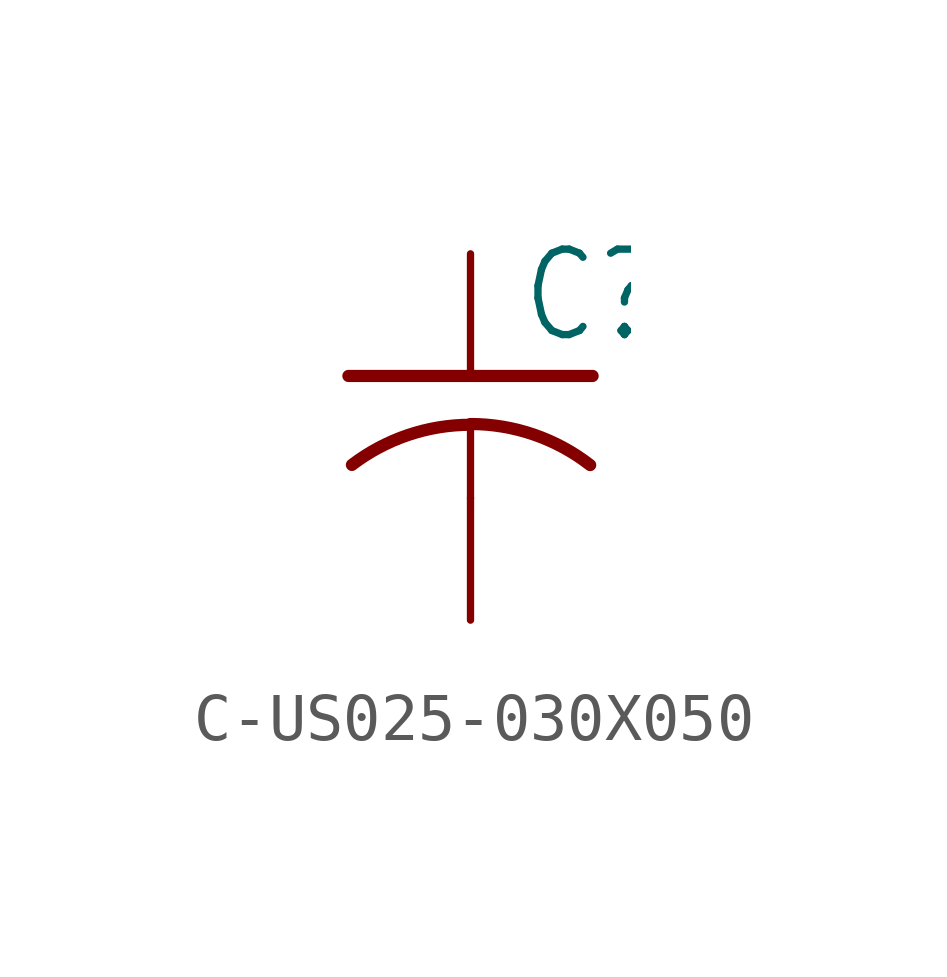
<source format=kicad_sym>
(kicad_symbol_lib
  (version 20231120)
  (generator "kicad_symbol_editor")
  (generator_version "8.0")
  (symbol "C-US025-030X050"
    (property "Reference" "C"
      (at 1.016 0.635 0)
      (effects (font (size 1.778 1.511)) (justify left bottom)))
    (property "Value" ""
      (at 1.016 -4.191 0)
      (effects (font (size 1.778 1.511)) (justify left bottom)))
    (property "ki_locked" ""
      (at 0 0 0)
      (effects (font (size 1.27 1.27))))
    (symbol "C-US025-030X050_1_0"
      (arc (start 0 -1.0161) (mid -1.302 -1.2303) (end -2.4668 -1.8504) (stroke (width 0.254) (type solid)) (fill (type none)))
      (polyline (pts (xy -2.54 0) (xy 2.54 0)) (stroke (width 0.254) (type solid)) (fill (type none)))
      (polyline (pts (xy 0 -1.016) (xy 0 -2.54)) (stroke (width 0.152) (type solid)) (fill (type none)))
      (arc (start 2.4892 -1.8541) (mid 1.3158 -1.2194) (end 0 -1) (stroke (width 0.254) (type solid)) (fill (type none)))
      (pin passive line (at 0 2.54 270) (length 2.54) (name "1" (effects (font (size 0 0)))) (number "1" (effects (font (size 0 0)))))
      (pin passive line (at 0 -5.08 90) (length 2.54) (name "2" (effects (font (size 0 0)))) (number "2" (effects (font (size 0 0))))))))
</source>
